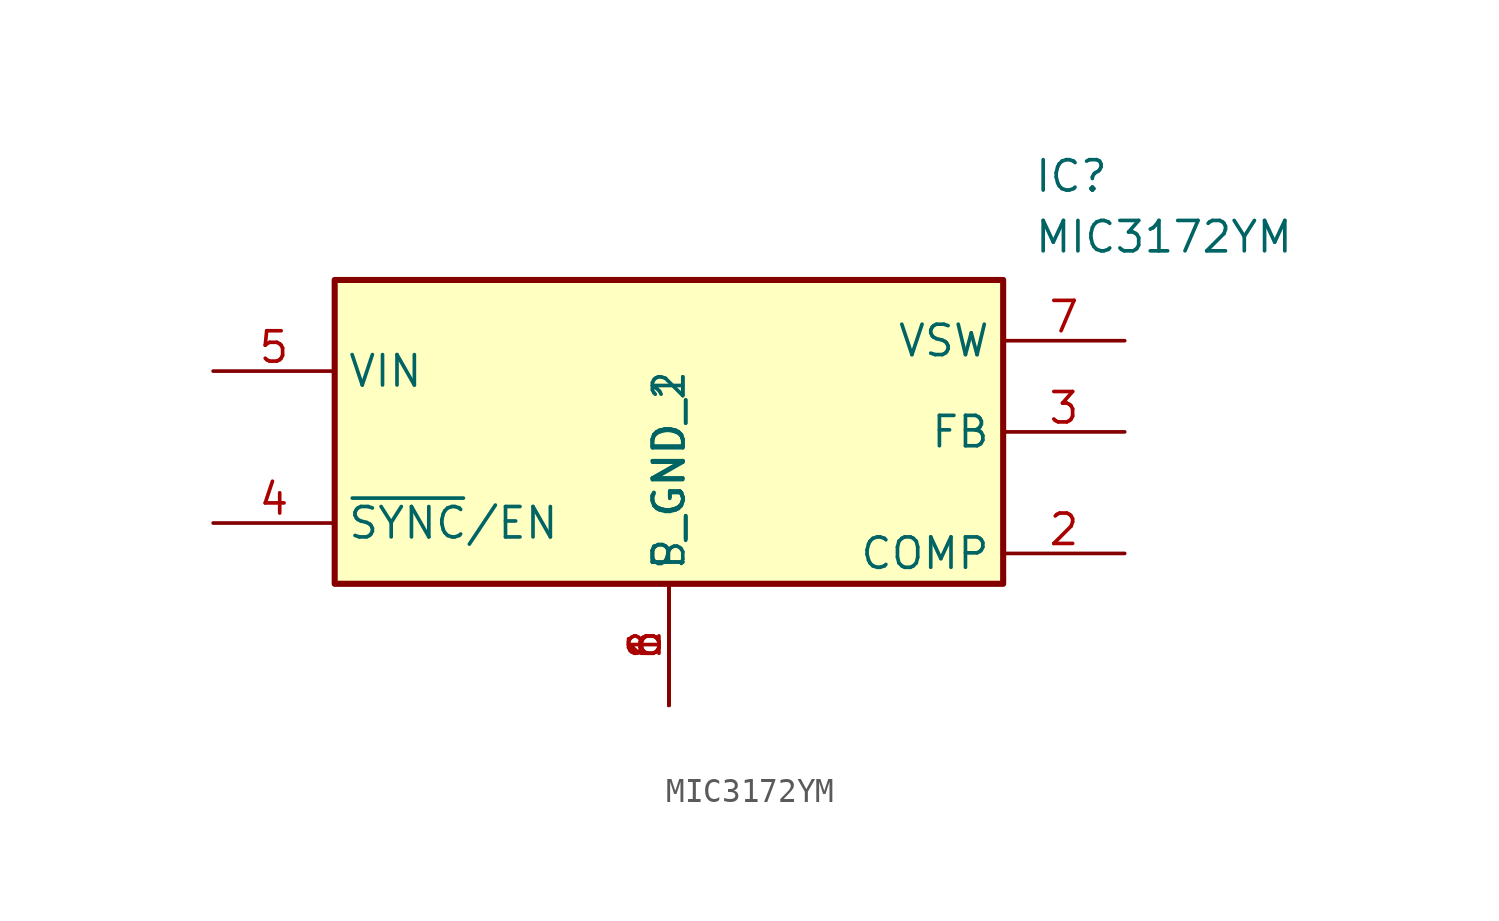
<source format=kicad_sym>
(kicad_symbol_lib
  (version 20241209)
  (generator "kicad_symbol_editor")
  (generator_version "9.0")
  (symbol "MIC3172YM"
    (property "Reference" "IC"
      (at 34.29 7.62 0)
      (effects (font (size 1.27 1.27)) (justify left top)))
    (property "Value" "MIC3172YM"
      (at 34.29 5.08 0)
      (effects (font (size 1.27 1.27)) (justify left top)))
    (symbol "MIC3172YM_1_1"
      (rectangle (start 5.08 2.54) (end 33.02 -10.16) (stroke (width 0.254) (type default)) (fill (type background)))
      (pin passive line (at 0 -1.27 0) (length 5.08) (name "VIN" (effects (font (size 1.27 1.27)))) (number "5" (effects (font (size 1.27 1.27)))))
      (pin passive line (at 0 -7.62 0) (length 5.08) (name "~{SYNC}/EN" (effects (font (size 1.27 1.27)))) (number "4" (effects (font (size 1.27 1.27)))))
      (pin passive line (at 19.05 -15.24 90) (length 5.08) (name "S_GND" (effects (font (size 1.27 1.27)))) (number "1" (effects (font (size 1.27 1.27)))))
      (pin passive line (at 19.05 -15.24 90) (length 5.08) (name "P_GND_2" (effects (font (size 1.27 1.27)))) (number "6" (effects (font (size 1.27 1.27)))))
      (pin passive line (at 19.05 -15.24 90) (length 5.08) (name "P_GND_1" (effects (font (size 1.27 1.27)))) (number "8" (effects (font (size 1.27 1.27)))))
      (pin passive line (at 38.1 0 180) (length 5.08) (name "VSW" (effects (font (size 1.27 1.27)))) (number "7" (effects (font (size 1.27 1.27)))))
      (pin passive line (at 38.1 -3.81 180) (length 5.08) (name "FB" (effects (font (size 1.27 1.27)))) (number "3" (effects (font (size 1.27 1.27)))))
      (pin passive line (at 38.1 -8.89 180) (length 5.08) (name "COMP" (effects (font (size 1.27 1.27)))) (number "2" (effects (font (size 1.27 1.27))))))))
</source>
